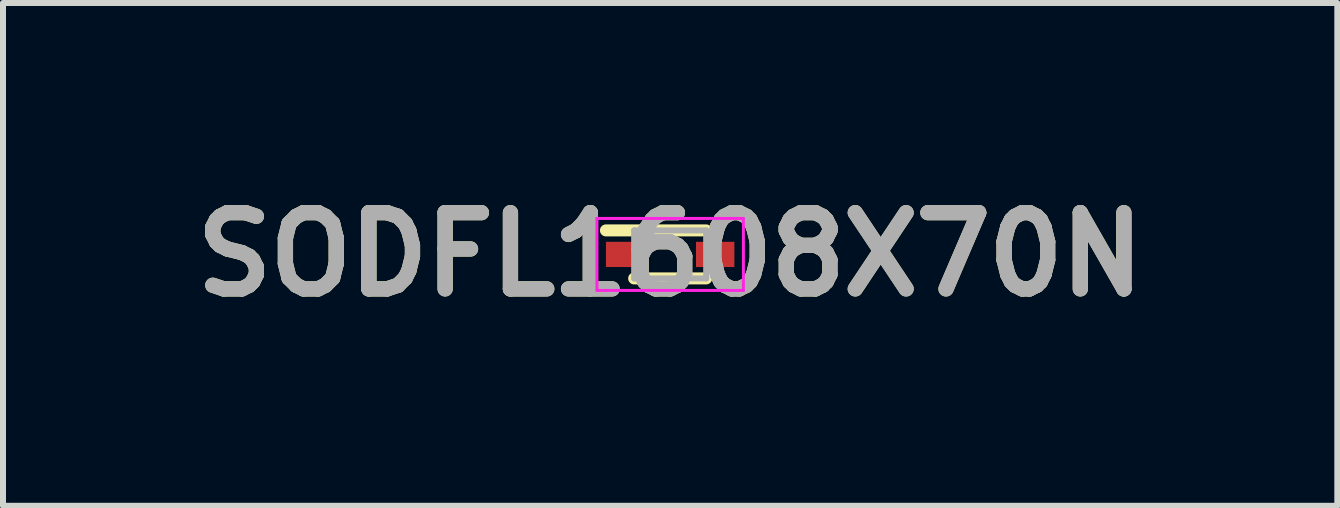
<source format=kicad_pcb>
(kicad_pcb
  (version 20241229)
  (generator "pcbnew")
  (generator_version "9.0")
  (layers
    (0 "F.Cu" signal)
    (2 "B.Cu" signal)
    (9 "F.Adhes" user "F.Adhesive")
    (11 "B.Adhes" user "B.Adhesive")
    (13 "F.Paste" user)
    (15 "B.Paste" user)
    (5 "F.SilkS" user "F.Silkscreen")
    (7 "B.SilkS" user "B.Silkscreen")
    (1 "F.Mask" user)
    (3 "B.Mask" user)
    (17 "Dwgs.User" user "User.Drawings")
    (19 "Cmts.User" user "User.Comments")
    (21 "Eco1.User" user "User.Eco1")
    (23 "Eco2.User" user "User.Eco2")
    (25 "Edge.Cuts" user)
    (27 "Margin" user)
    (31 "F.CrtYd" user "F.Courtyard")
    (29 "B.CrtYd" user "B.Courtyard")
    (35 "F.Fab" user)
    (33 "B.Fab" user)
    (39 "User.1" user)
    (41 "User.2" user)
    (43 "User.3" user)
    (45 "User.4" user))
  (footprint "SODFL1608X70N"
    (layer "F.Cu")
    (at 8.116 1.189)
    (property "Reference" "SODFL1608X70N" (at 0 0 0) (layer "F.SilkS") (effects (font (size 1.27 1.27) (thickness 0.254))))
    (attr smd)
    (fp_line (start -1.07 -0.4) (end 0.6 -0.4) (stroke (width 0.2) (type solid)) (layer "F.SilkS"))
    (fp_line (start -0.6 0.4) (end 0.6 0.4) (stroke (width 0.2) (type solid)) (layer "F.SilkS"))
    (fp_line (start -1.22 -0.6) (end 1.22 -0.6) (stroke (width 0.05) (type solid)) (layer "F.CrtYd"))
    (fp_line (start -1.22 0.6) (end -1.22 -0.6) (stroke (width 0.05) (type solid)) (layer "F.CrtYd"))
    (fp_line (start 1.22 -0.6) (end 1.22 0.6) (stroke (width 0.05) (type solid)) (layer "F.CrtYd"))
    (fp_line (start 1.22 0.6) (end -1.22 0.6) (stroke (width 0.05) (type solid)) (layer "F.CrtYd"))
    (fp_line (start -0.6 -0.4) (end 0.6 -0.4) (stroke (width 0.1) (type solid)) (layer "F.Fab"))
    (fp_line (start -0.6 -0.08) (end -0.28 -0.4) (stroke (width 0.1) (type solid)) (layer "F.Fab"))
    (fp_line (start -0.6 0.4) (end -0.6 -0.4) (stroke (width 0.1) (type solid)) (layer "F.Fab"))
    (fp_line (start 0.6 -0.4) (end 0.6 0.4) (stroke (width 0.1) (type solid)) (layer "F.Fab"))
    (fp_line (start 0.6 0.4) (end -0.6 0.4) (stroke (width 0.1) (type solid)) (layer "F.Fab"))
    (fp_text user "${REFERENCE}" (at 0 0 0) (layer "F.Fab") (effects (font (size 1.27 1.27) (thickness 0.254))))
    (pad "1" smd rect (at -0.75 0 90) (size 0.42 0.64) (layers "F.Cu" "F.Mask" "F.Paste"))
    (pad "2" smd rect (at 0.75 0 90) (size 0.42 0.64) (layers "F.Cu" "F.Mask" "F.Paste")))
  (gr_rect
    (start -3 -3)
    (end 19.232 5.377)
    (stroke (width 0.1) (type default))
    (fill no)
    (layer "Edge.Cuts")))
</source>
